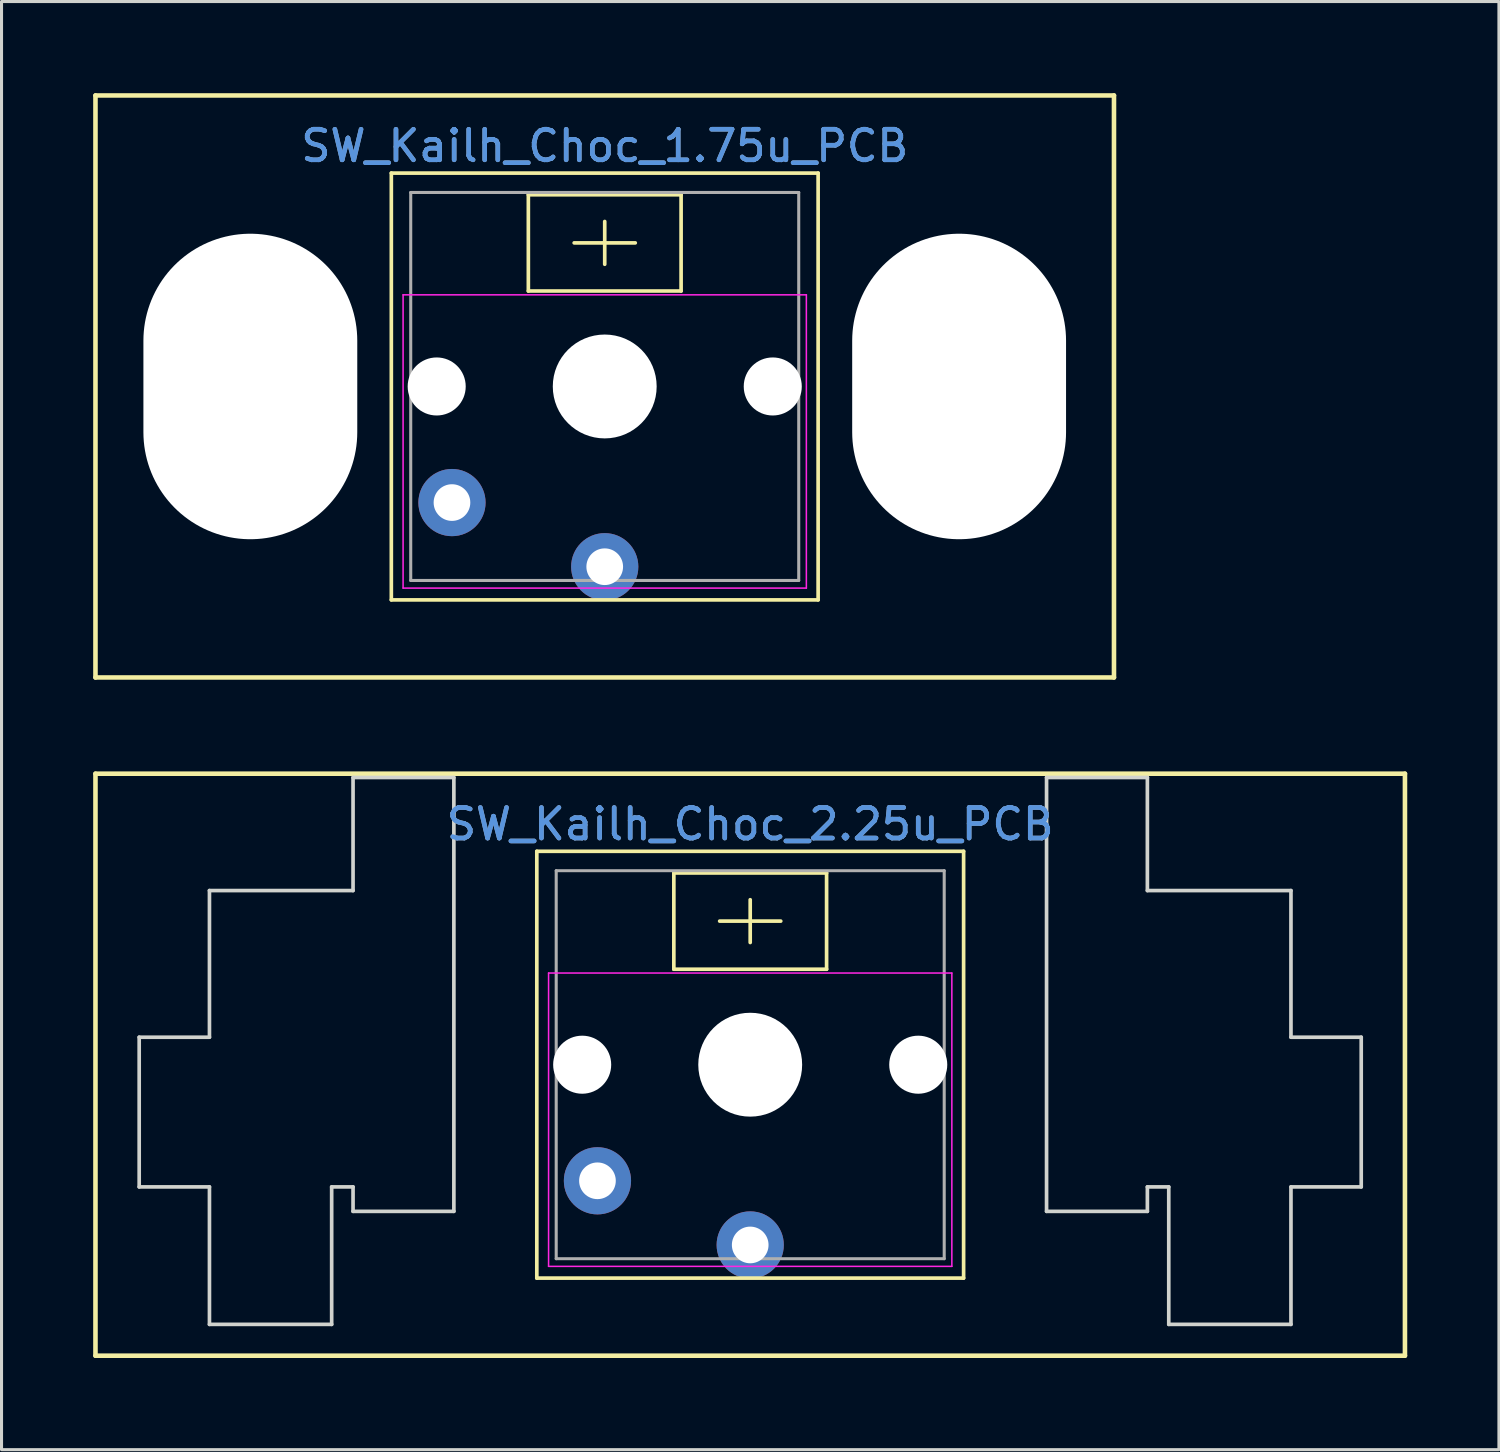
<source format=kicad_pcb>
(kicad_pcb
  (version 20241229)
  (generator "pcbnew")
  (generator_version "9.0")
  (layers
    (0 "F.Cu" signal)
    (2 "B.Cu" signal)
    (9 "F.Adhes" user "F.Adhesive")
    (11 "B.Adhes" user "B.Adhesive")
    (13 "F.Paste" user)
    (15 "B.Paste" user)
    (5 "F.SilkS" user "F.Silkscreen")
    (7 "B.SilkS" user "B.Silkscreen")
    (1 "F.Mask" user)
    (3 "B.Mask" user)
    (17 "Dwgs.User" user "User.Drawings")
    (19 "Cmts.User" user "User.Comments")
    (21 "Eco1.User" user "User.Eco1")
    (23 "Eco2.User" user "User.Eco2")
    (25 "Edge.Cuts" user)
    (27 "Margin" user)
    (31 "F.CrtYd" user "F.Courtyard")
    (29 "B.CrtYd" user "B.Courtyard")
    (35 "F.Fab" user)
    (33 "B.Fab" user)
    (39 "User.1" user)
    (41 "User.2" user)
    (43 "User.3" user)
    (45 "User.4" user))
  (footprint "SW_Kailh_Choc_1.75u_PCB"
    (layer "F.Cu")
    (at 16.744 9.6)
    (property "Reference" "SW_Kailh_Choc_1.75u_PCB" (at 0 -7.874 0) (layer "Cmts.User") (effects (font (size 1 1) (thickness 0.15))))
    (attr through_hole)
    (fp_line (start -16.669 -9.525) (end 16.669 -9.525) (stroke (width 0.15) (type solid)) (layer "F.SilkS"))
    (fp_line (start -16.669 9.525) (end -16.669 -9.525) (stroke (width 0.15) (type solid)) (layer "F.SilkS"))
    (fp_line (start -6.985 -6.985) (end 6.985 -6.985) (stroke (width 0.12) (type solid)) (layer "F.SilkS"))
    (fp_line (start -6.985 6.985) (end -6.985 -6.985) (stroke (width 0.12) (type solid)) (layer "F.SilkS"))
    (fp_line (start -2.5 -6.275) (end 2.5 -6.275) (stroke (width 0.12) (type solid)) (layer "F.SilkS"))
    (fp_line (start -2.5 -3.125) (end -2.5 -6.275) (stroke (width 0.12) (type solid)) (layer "F.SilkS"))
    (fp_line (start 0 -4) (end 0 -5.4) (stroke (width 0.12) (type solid)) (layer "F.SilkS"))
    (fp_line (start 1 -4.7) (end -1 -4.7) (stroke (width 0.12) (type solid)) (layer "F.SilkS"))
    (fp_line (start 2.5 -3.125) (end -2.5 -3.125) (stroke (width 0.12) (type solid)) (layer "F.SilkS"))
    (fp_line (start 2.5 -3.125) (end 2.5 -6.275) (stroke (width 0.12) (type solid)) (layer "F.SilkS"))
    (fp_line (start 6.985 -6.985) (end 6.985 6.985) (stroke (width 0.12) (type solid)) (layer "F.SilkS"))
    (fp_line (start 6.985 6.985) (end -6.985 6.985) (stroke (width 0.12) (type solid)) (layer "F.SilkS"))
    (fp_line (start 16.669 -9.525) (end 16.669 9.525) (stroke (width 0.15) (type solid)) (layer "F.SilkS"))
    (fp_line (start 16.669 9.525) (end -16.669 9.525) (stroke (width 0.15) (type solid)) (layer "F.SilkS"))
    (fp_line (start -6.6 -3) (end 6.6 -3) (stroke (width 0.05) (type solid)) (layer "F.CrtYd"))
    (fp_line (start -6.6 6.6) (end -6.6 -3) (stroke (width 0.05) (type solid)) (layer "F.CrtYd"))
    (fp_line (start 6.6 -3) (end 6.6 6.6) (stroke (width 0.05) (type solid)) (layer "F.CrtYd"))
    (fp_line (start 6.6 6.6) (end -6.6 6.6) (stroke (width 0.05) (type solid)) (layer "F.CrtYd"))
    (fp_line (start -6.35 -6.35) (end 6.35 -6.35) (stroke (width 0.1) (type solid)) (layer "F.Fab"))
    (fp_line (start -6.35 6.35) (end -6.35 -6.35) (stroke (width 0.1) (type solid)) (layer "F.Fab"))
    (fp_line (start 6.35 -6.35) (end 6.35 6.35) (stroke (width 0.1) (type solid)) (layer "F.Fab"))
    (fp_line (start 6.35 6.35) (end -6.35 6.35) (stroke (width 0.1) (type solid)) (layer "F.Fab"))
    (fp_text user "${REFERENCE}" (at 0 -7.874 0) (layer "F.Fab") (effects (font (size 1 1) (thickness 0.15))))
    (pad "" np_thru_hole oval (at -11.6 0) (size 7 10) (drill oval 7 10) (layers "*.Cu" "*.Mask"))
    (pad "" np_thru_hole circle (at -5.5 0 180) (size 1.9 1.9) (drill 1.9) (layers "*.Cu" "*.Mask"))
    (pad "" np_thru_hole circle (at 0 0 180) (size 3.4 3.4) (drill 3.4) (layers "*.Cu" "*.Mask"))
    (pad "" np_thru_hole circle (at 5.5 0 180) (size 1.9 1.9) (drill 1.9) (layers "*.Cu" "*.Mask"))
    (pad "" np_thru_hole oval (at 11.6 0) (size 7 10) (drill oval 7 10) (layers "*.Cu" "*.Mask"))
    (pad "1" thru_hole circle (at 0 5.9 180) (size 2.2 2.2) (drill 1.2) (layers "*.Cu" "*.Mask"))
    (pad "2" thru_hole circle (at -5 3.8 180) (size 2.2 2.2) (drill 1.2) (layers "*.Cu" "*.Mask")))
  (footprint "SW_Kailh_Choc_2.25u_PCB"
    (layer "F.Cu")
    (at 21.506 31.8)
    (property "Reference" "SW_Kailh_Choc_2.25u_PCB" (at 0 -7.874 0) (layer "Cmts.User") (effects (font (size 1 1) (thickness 0.15))))
    (attr through_hole)
    (fp_line (start -21.431 -9.525) (end 21.431 -9.525) (stroke (width 0.15) (type solid)) (layer "F.SilkS"))
    (fp_line (start -21.431 9.525) (end -21.431 -9.525) (stroke (width 0.15) (type solid)) (layer "F.SilkS"))
    (fp_line (start -6.985 -6.985) (end 6.985 -6.985) (stroke (width 0.12) (type solid)) (layer "F.SilkS"))
    (fp_line (start -6.985 6.985) (end -6.985 -6.985) (stroke (width 0.12) (type solid)) (layer "F.SilkS"))
    (fp_line (start -2.5 -6.275) (end 2.5 -6.275) (stroke (width 0.12) (type solid)) (layer "F.SilkS"))
    (fp_line (start -2.5 -3.125) (end -2.5 -6.275) (stroke (width 0.12) (type solid)) (layer "F.SilkS"))
    (fp_line (start 0 -4) (end 0 -5.4) (stroke (width 0.12) (type solid)) (layer "F.SilkS"))
    (fp_line (start 1 -4.7) (end -1 -4.7) (stroke (width 0.12) (type solid)) (layer "F.SilkS"))
    (fp_line (start 2.5 -3.125) (end -2.5 -3.125) (stroke (width 0.12) (type solid)) (layer "F.SilkS"))
    (fp_line (start 2.5 -3.125) (end 2.5 -6.275) (stroke (width 0.12) (type solid)) (layer "F.SilkS"))
    (fp_line (start 6.985 -6.985) (end 6.985 6.985) (stroke (width 0.12) (type solid)) (layer "F.SilkS"))
    (fp_line (start 6.985 6.985) (end -6.985 6.985) (stroke (width 0.12) (type solid)) (layer "F.SilkS"))
    (fp_line (start 21.431 -9.525) (end 21.431 9.525) (stroke (width 0.15) (type solid)) (layer "F.SilkS"))
    (fp_line (start 21.431 9.525) (end -21.431 9.525) (stroke (width 0.15) (type solid)) (layer "F.SilkS"))
    (fp_line (start -20 -0.9) (end -17.7 -0.9) (stroke (width 0.12) (type solid)) (layer "Edge.Cuts"))
    (fp_line (start -20 4) (end -20 -0.9) (stroke (width 0.12) (type solid)) (layer "Edge.Cuts"))
    (fp_line (start -17.7 -5.7) (end -17.7 -0.9) (stroke (width 0.12) (type solid)) (layer "Edge.Cuts"))
    (fp_line (start -17.7 4) (end -20 4) (stroke (width 0.12) (type solid)) (layer "Edge.Cuts"))
    (fp_line (start -17.7 8.5) (end -17.7 4) (stroke (width 0.12) (type solid)) (layer "Edge.Cuts"))
    (fp_line (start -13.7 4) (end -13.7 8.5) (stroke (width 0.12) (type solid)) (layer "Edge.Cuts"))
    (fp_line (start -13.7 8.5) (end -17.7 8.5) (stroke (width 0.12) (type solid)) (layer "Edge.Cuts"))
    (fp_line (start -13 -9.4) (end -13 -5.7) (stroke (width 0.12) (type solid)) (layer "Edge.Cuts"))
    (fp_line (start -13 -5.7) (end -17.7 -5.7) (stroke (width 0.12) (type solid)) (layer "Edge.Cuts"))
    (fp_line (start -13 4) (end -13.7 4) (stroke (width 0.12) (type solid)) (layer "Edge.Cuts"))
    (fp_line (start -13 4.8) (end -13 4) (stroke (width 0.12) (type solid)) (layer "Edge.Cuts"))
    (fp_line (start -9.7 -9.4) (end -13 -9.4) (stroke (width 0.12) (type solid)) (layer "Edge.Cuts"))
    (fp_line (start -9.7 -9.4) (end -9.7 4.8) (stroke (width 0.12) (type solid)) (layer "Edge.Cuts"))
    (fp_line (start -9.7 4.8) (end -13 4.8) (stroke (width 0.12) (type solid)) (layer "Edge.Cuts"))
    (fp_line (start 9.7 -9.4) (end 9.7 4.8) (stroke (width 0.12) (type solid)) (layer "Edge.Cuts"))
    (fp_line (start 9.7 -9.4) (end 13 -9.4) (stroke (width 0.12) (type solid)) (layer "Edge.Cuts"))
    (fp_line (start 9.7 4.8) (end 13 4.8) (stroke (width 0.12) (type solid)) (layer "Edge.Cuts"))
    (fp_line (start 13 -9.4) (end 13 -5.7) (stroke (width 0.12) (type solid)) (layer "Edge.Cuts"))
    (fp_line (start 13 -5.7) (end 17.7 -5.7) (stroke (width 0.12) (type solid)) (layer "Edge.Cuts"))
    (fp_line (start 13 4) (end 13.7 4) (stroke (width 0.12) (type solid)) (layer "Edge.Cuts"))
    (fp_line (start 13 4.8) (end 13 4) (stroke (width 0.12) (type solid)) (layer "Edge.Cuts"))
    (fp_line (start 13.7 4) (end 13.7 8.5) (stroke (width 0.12) (type solid)) (layer "Edge.Cuts"))
    (fp_line (start 13.7 8.5) (end 17.7 8.5) (stroke (width 0.12) (type solid)) (layer "Edge.Cuts"))
    (fp_line (start 17.7 -5.7) (end 17.7 -0.9) (stroke (width 0.12) (type solid)) (layer "Edge.Cuts"))
    (fp_line (start 17.7 4) (end 20 4) (stroke (width 0.12) (type solid)) (layer "Edge.Cuts"))
    (fp_line (start 17.7 8.5) (end 17.7 4) (stroke (width 0.12) (type solid)) (layer "Edge.Cuts"))
    (fp_line (start 20 -0.9) (end 17.7 -0.9) (stroke (width 0.12) (type solid)) (layer "Edge.Cuts"))
    (fp_line (start 20 4) (end 20 -0.9) (stroke (width 0.12) (type solid)) (layer "Edge.Cuts"))
    (fp_line (start -6.6 -3) (end 6.6 -3) (stroke (width 0.05) (type solid)) (layer "F.CrtYd"))
    (fp_line (start -6.6 6.6) (end -6.6 -3) (stroke (width 0.05) (type solid)) (layer "F.CrtYd"))
    (fp_line (start 6.6 -3) (end 6.6 6.6) (stroke (width 0.05) (type solid)) (layer "F.CrtYd"))
    (fp_line (start 6.6 6.6) (end -6.6 6.6) (stroke (width 0.05) (type solid)) (layer "F.CrtYd"))
    (fp_line (start -6.35 -6.35) (end 6.35 -6.35) (stroke (width 0.1) (type solid)) (layer "F.Fab"))
    (fp_line (start -6.35 6.35) (end -6.35 -6.35) (stroke (width 0.1) (type solid)) (layer "F.Fab"))
    (fp_line (start 6.35 -6.35) (end 6.35 6.35) (stroke (width 0.1) (type solid)) (layer "F.Fab"))
    (fp_line (start 6.35 6.35) (end -6.35 6.35) (stroke (width 0.1) (type solid)) (layer "F.Fab"))
    (fp_text user "${REFERENCE}" (at 0 -7.874 0) (layer "F.Fab") (effects (font (size 1 1) (thickness 0.15))))
    (pad "" np_thru_hole circle (at -5.5 0 180) (size 1.9 1.9) (drill 1.9) (layers "*.Cu" "*.Mask"))
    (pad "" np_thru_hole circle (at 0 0 180) (size 3.4 3.4) (drill 3.4) (layers "*.Cu" "*.Mask"))
    (pad "" np_thru_hole circle (at 5.5 0 180) (size 1.9 1.9) (drill 1.9) (layers "*.Cu" "*.Mask"))
    (pad "1" thru_hole circle (at 0 5.9 180) (size 2.2 2.2) (drill 1.2) (layers "*.Cu" "*.Mask"))
    (pad "2" thru_hole circle (at -5 3.8 180) (size 2.2 2.2) (drill 1.2) (layers "*.Cu" "*.Mask")))
  (gr_rect
    (start -3 -3)
    (end 46.013 44.4)
    (stroke (width 0.1) (type default))
    (fill no)
    (layer "Edge.Cuts")))
</source>
